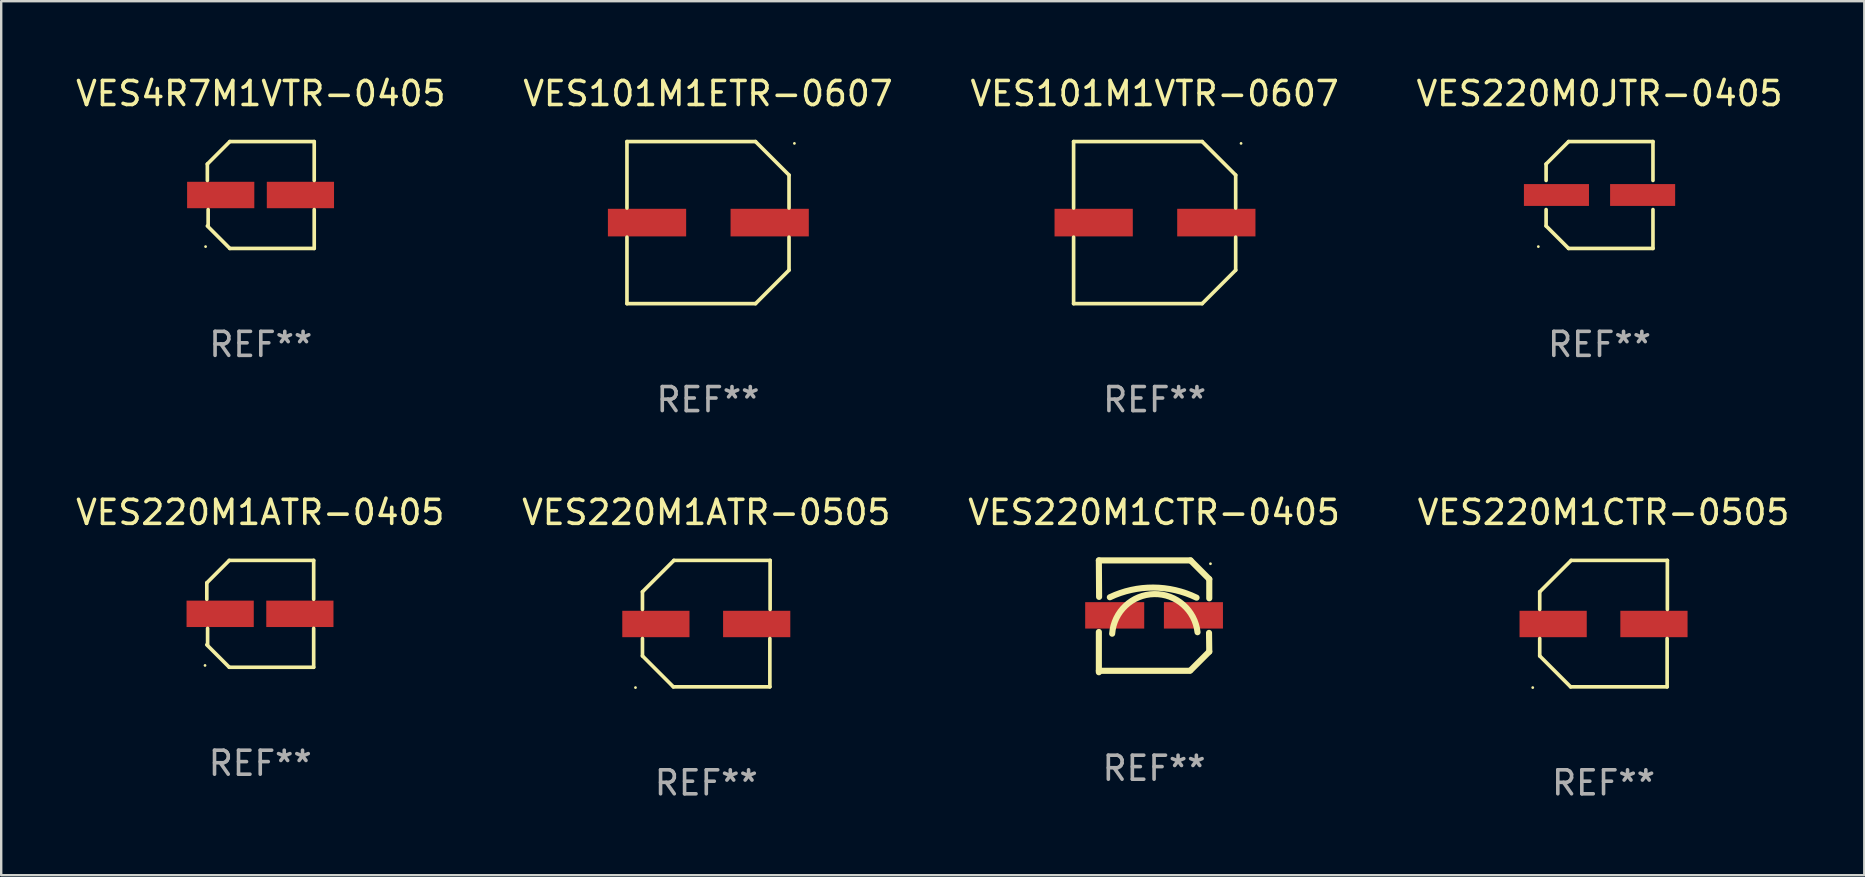
<source format=kicad_pcb>
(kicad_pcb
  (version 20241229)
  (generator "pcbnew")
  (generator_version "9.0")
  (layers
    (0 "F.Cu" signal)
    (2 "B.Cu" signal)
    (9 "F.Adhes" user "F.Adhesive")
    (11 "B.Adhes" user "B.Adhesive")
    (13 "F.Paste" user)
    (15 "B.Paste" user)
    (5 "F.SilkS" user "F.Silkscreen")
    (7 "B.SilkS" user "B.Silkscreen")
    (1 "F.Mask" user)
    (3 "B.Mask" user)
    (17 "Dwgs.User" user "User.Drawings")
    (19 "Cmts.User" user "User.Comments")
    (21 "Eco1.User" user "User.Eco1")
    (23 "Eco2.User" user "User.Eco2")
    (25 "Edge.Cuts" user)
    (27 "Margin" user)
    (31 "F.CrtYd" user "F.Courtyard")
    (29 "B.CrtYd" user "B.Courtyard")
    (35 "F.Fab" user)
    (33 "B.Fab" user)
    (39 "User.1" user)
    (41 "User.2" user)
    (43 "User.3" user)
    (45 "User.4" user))
  (footprint "VES101M1VTR-0607"
    (layer "F.Cu")
    (at 45.054 6.224)
    (property "Reference" "VES101M1VTR-0607" (at 0 -5.376 0) (layer "F.SilkS") (effects (font (size 1 1) (thickness 0.15))))
    (attr through_hole)
    (fp_line (start -3.376 -3.376) (end 1.98 -3.376) (stroke (width 0.152) (type solid)) (layer "F.SilkS"))
    (fp_line (start -3.376 -0.607) (end -3.376 -3.376) (stroke (width 0.152) (type solid)) (layer "F.SilkS"))
    (fp_line (start -3.376 0.607) (end -3.376 3.376) (stroke (width 0.152) (type solid)) (layer "F.SilkS"))
    (fp_line (start -3.376 3.376) (end 1.98 3.376) (stroke (width 0.152) (type solid)) (layer "F.SilkS"))
    (fp_line (start 1.98 -3.376) (end 3.376 -1.98) (stroke (width 0.152) (type solid)) (layer "F.SilkS"))
    (fp_line (start 1.98 3.376) (end 3.376 1.98) (stroke (width 0.152) (type solid)) (layer "F.SilkS"))
    (fp_line (start 3.376 -1.98) (end 3.376 -0.607) (stroke (width 0.152) (type solid)) (layer "F.SilkS"))
    (fp_line (start 3.376 1.98) (end 3.376 0.607) (stroke (width 0.152) (type solid)) (layer "F.SilkS"))
    (fp_circle (center 3.6 -3.3) (end 3.63 -3.3) (stroke (width 0.06) (type solid)) (fill no) (layer "F.SilkS"))
    (fp_text user "REF**" (at 0 7.376 0) (layer "F.Fab") (effects (font (size 1 1) (thickness 0.15))))
    (pad "1" smd rect (at 2.57 0 180) (size 3.26 1.15) (layers "F.Cu" "F.Mask" "F.Paste"))
    (pad "2" smd rect (at -2.54 0 180) (size 3.26 1.15) (layers "F.Cu" "F.Mask" "F.Paste")))
  (footprint "VES220M1CTR-0505"
    (layer "F.Cu")
    (at 63.756 22.931)
    (property "Reference" "VES220M1CTR-0505" (at 0 -4.634 0) (layer "F.SilkS") (effects (font (size 1 1) (thickness 0.15))))
    (attr through_hole)
    (fp_line (start -2.659 -1.326) (end -2.659 -0.592) (stroke (width 0.152) (type solid)) (layer "F.SilkS"))
    (fp_line (start -2.659 1.346) (end -2.659 0.622) (stroke (width 0.152) (type solid)) (layer "F.SilkS"))
    (fp_line (start -1.372 2.634) (end -2.659 1.346) (stroke (width 0.152) (type solid)) (layer "F.SilkS"))
    (fp_line (start -1.349 -2.634) (end -2.659 -1.326) (stroke (width 0.152) (type solid)) (layer "F.SilkS"))
    (fp_line (start 2.649 0.622) (end 2.649 2.634) (stroke (width 0.152) (type solid)) (layer "F.SilkS"))
    (fp_line (start 2.649 2.634) (end -1.372 2.634) (stroke (width 0.152) (type solid)) (layer "F.SilkS"))
    (fp_line (start 2.659 -2.634) (end -1.349 -2.634) (stroke (width 0.152) (type solid)) (layer "F.SilkS"))
    (fp_line (start 2.659 -0.592) (end 2.659 -2.634) (stroke (width 0.152) (type solid)) (layer "F.SilkS"))
    (fp_circle (center -2.95 2.665) (end -2.92 2.665) (stroke (width 0.06) (type solid)) (fill no) (layer "F.SilkS"))
    (fp_text user "REF**" (at 0 6.634 0) (layer "F.Fab") (effects (font (size 1 1) (thickness 0.15))))
    (pad "1" smd rect (at -2.1 0.015) (size 2.8 1.1) (layers "F.Cu" "F.Mask" "F.Paste"))
    (pad "2" smd rect (at 2.1 0.015) (size 2.8 1.1) (layers "F.Cu" "F.Mask" "F.Paste")))
  (footprint "VES101M1ETR-0607"
    (layer "F.Cu")
    (at 26.446 6.224)
    (property "Reference" "VES101M1ETR-0607" (at 0 -5.376 0) (layer "F.SilkS") (effects (font (size 1 1) (thickness 0.15))))
    (attr through_hole)
    (fp_line (start -3.376 -3.376) (end 1.98 -3.376) (stroke (width 0.152) (type solid)) (layer "F.SilkS"))
    (fp_line (start -3.376 -0.607) (end -3.376 -3.376) (stroke (width 0.152) (type solid)) (layer "F.SilkS"))
    (fp_line (start -3.376 0.607) (end -3.376 3.376) (stroke (width 0.152) (type solid)) (layer "F.SilkS"))
    (fp_line (start -3.376 3.376) (end 1.98 3.376) (stroke (width 0.152) (type solid)) (layer "F.SilkS"))
    (fp_line (start 1.98 -3.376) (end 3.376 -1.98) (stroke (width 0.152) (type solid)) (layer "F.SilkS"))
    (fp_line (start 1.98 3.376) (end 3.376 1.98) (stroke (width 0.152) (type solid)) (layer "F.SilkS"))
    (fp_line (start 3.376 -1.98) (end 3.376 -0.607) (stroke (width 0.152) (type solid)) (layer "F.SilkS"))
    (fp_line (start 3.376 1.98) (end 3.376 0.607) (stroke (width 0.152) (type solid)) (layer "F.SilkS"))
    (fp_circle (center 3.6 -3.3) (end 3.63 -3.3) (stroke (width 0.06) (type solid)) (fill no) (layer "F.SilkS"))
    (fp_text user "REF**" (at 0 7.376 0) (layer "F.Fab") (effects (font (size 1 1) (thickness 0.15))))
    (pad "1" smd rect (at 2.57 0 180) (size 3.26 1.15) (layers "F.Cu" "F.Mask" "F.Paste"))
    (pad "2" smd rect (at -2.54 0 180) (size 3.26 1.15) (layers "F.Cu" "F.Mask" "F.Paste")))
  (footprint "VES220M1CTR-0405"
    (layer "F.Cu")
    (at 45.03 22.627)
    (property "Reference" "VES220M1CTR-0405" (at 0 -4.33 0) (layer "F.SilkS") (effects (font (size 1 1) (thickness 0.15))))
    (attr through_hole)
    (fp_line (start -2.3 -2.33) (end 1.52 -2.33) (stroke (width 0.254) (type solid)) (layer "F.SilkS"))
    (fp_line (start -2.3 2.27) (end 1.49 2.27) (stroke (width 0.254) (type solid)) (layer "F.SilkS"))
    (fp_line (start -2.3 2.33) (end -2.3 0.651) (stroke (width 0.254) (type solid)) (layer "F.SilkS"))
    (fp_line (start -2.29 -0.81) (end -2.3 -2.33) (stroke (width 0.254) (type solid)) (layer "F.SilkS"))
    (fp_line (start 2.3 -1.55) (end 1.52 -2.33) (stroke (width 0.254) (type solid)) (layer "F.SilkS"))
    (fp_line (start 2.3 1.47) (end 1.52 2.25) (stroke (width 0.254) (type solid)) (layer "F.SilkS"))
    (fp_line (start 2.3 1.47) (end 2.29 0.69) (stroke (width 0.254) (type solid)) (layer "F.SilkS"))
    (fp_line (start 2.3 -0.75) (end 2.3 -1.55) (stroke (width 0.254) (type solid)) (layer "F.SilkS"))
    (fp_arc (start -1.842151 -0.794552) (mid -0.033717 -1.197402) (end 1.770752 -0.777152) (stroke (width 0.254001) (type solid)) (layer "F.SilkS"))
    (fp_arc (start -1.745757 0.723659) (mid 0.004392 -0.926664) (end 1.810884 0.661786) (stroke (width 0.254001) (type solid)) (layer "F.SilkS"))
    (fp_circle (center 2.35 -2.191) (end 2.38 -2.191) (stroke (width 0.06) (type solid)) (fill no) (layer "F.SilkS"))
    (fp_text user "REF**" (at 0 6.33 0) (layer "F.Fab") (effects (font (size 1 1) (thickness 0.15))))
    (pad "1" smd rect (at 1.64 -0.04) (size 2.46 1.1) (layers "F.Cu" "F.Mask" "F.Paste"))
    (pad "2" smd rect (at -1.64 -0.04) (size 2.46 1.1) (layers "F.Cu" "F.Mask" "F.Paste")))
  (footprint "VES220M0JTR-0405"
    (layer "F.Cu")
    (at 63.589 5.074)
    (property "Reference" "VES220M0JTR-0405" (at 0 -4.226 0) (layer "F.SilkS") (effects (font (size 1 1) (thickness 0.15))))
    (attr through_hole)
    (fp_line (start -2.226 -1.29) (end -1.29 -2.226) (stroke (width 0.152) (type solid)) (layer "F.SilkS"))
    (fp_line (start -2.226 -0.607) (end -2.226 -1.29) (stroke (width 0.152) (type solid)) (layer "F.SilkS"))
    (fp_line (start -2.226 0.607) (end -2.226 1.29) (stroke (width 0.152) (type solid)) (layer "F.SilkS"))
    (fp_line (start -2.226 1.29) (end -1.29 2.226) (stroke (width 0.152) (type solid)) (layer "F.SilkS"))
    (fp_line (start -1.29 -2.226) (end 2.226 -2.226) (stroke (width 0.152) (type solid)) (layer "F.SilkS"))
    (fp_line (start -1.29 2.226) (end 2.226 2.226) (stroke (width 0.152) (type solid)) (layer "F.SilkS"))
    (fp_line (start 2.226 -2.226) (end 2.226 -0.607) (stroke (width 0.152) (type solid)) (layer "F.SilkS"))
    (fp_line (start 2.226 2.226) (end 2.226 0.607) (stroke (width 0.152) (type solid)) (layer "F.SilkS"))
    (fp_circle (center -2.55 2.15) (end -2.52 2.15) (stroke (width 0.06) (type solid)) (fill no) (layer "F.SilkS"))
    (fp_text user "REF**" (at 0 6.226 0) (layer "F.Fab") (effects (font (size 1 1) (thickness 0.15))))
    (pad "1" smd rect (at -1.795 -0.000013) (size 2.71 0.91) (layers "F.Cu" "F.Mask" "F.Paste"))
    (pad "2" smd rect (at 1.795 -0.000013) (size 2.71 0.91) (layers "F.Cu" "F.Mask" "F.Paste")))
  (footprint "VES220M1ATR-0405"
    (layer "F.Cu")
    (at 7.792 22.523)
    (property "Reference" "VES220M1ATR-0405" (at 0 -4.226 0) (layer "F.SilkS") (effects (font (size 1 1) (thickness 0.15))))
    (attr through_hole)
    (fp_line (start -2.226 -1.29) (end -2.226 -0.607) (stroke (width 0.152) (type solid)) (layer "F.SilkS"))
    (fp_line (start -2.193 1.29) (end -2.193 0.607) (stroke (width 0.152) (type solid)) (layer "F.SilkS"))
    (fp_line (start -1.29 2.226) (end -2.226 1.29) (stroke (width 0.152) (type solid)) (layer "F.SilkS"))
    (fp_line (start -1.29 -2.226) (end -2.226 -1.29) (stroke (width 0.152) (type solid)) (layer "F.SilkS"))
    (fp_line (start 2.226 -2.226) (end -1.29 -2.226) (stroke (width 0.152) (type solid)) (layer "F.SilkS"))
    (fp_line (start 2.226 -0.607) (end 2.226 -2.226) (stroke (width 0.152) (type solid)) (layer "F.SilkS"))
    (fp_line (start 2.226 0.607) (end 2.226 2.226) (stroke (width 0.152) (type solid)) (layer "F.SilkS"))
    (fp_line (start 2.226 2.226) (end -1.29 2.226) (stroke (width 0.152) (type solid)) (layer "F.SilkS"))
    (fp_circle (center -2.3 2.15) (end -2.27 2.15) (stroke (width 0.06) (type solid)) (fill no) (layer "F.SilkS"))
    (fp_text user "REF**" (at 0 6.226 0) (layer "F.Fab") (effects (font (size 1 1) (thickness 0.15))))
    (pad "1" smd rect (at -1.67 -0.000025) (size 2.8 1.1) (layers "F.Cu" "F.Mask" "F.Paste"))
    (pad "2" smd rect (at 1.651 -0.000025) (size 2.8 1.1) (layers "F.Cu" "F.Mask" "F.Paste")))
  (footprint "VES4R7M1VTR-0405"
    (layer "F.Cu")
    (at 7.815 5.074)
    (property "Reference" "VES4R7M1VTR-0405" (at 0 -4.226 0) (layer "F.SilkS") (effects (font (size 1 1) (thickness 0.15))))
    (attr through_hole)
    (fp_line (start -2.226 -1.29) (end -2.226 -0.607) (stroke (width 0.152) (type solid)) (layer "F.SilkS"))
    (fp_line (start -2.193 1.29) (end -2.193 0.607) (stroke (width 0.152) (type solid)) (layer "F.SilkS"))
    (fp_line (start -1.29 2.226) (end -2.226 1.29) (stroke (width 0.152) (type solid)) (layer "F.SilkS"))
    (fp_line (start -1.29 -2.226) (end -2.226 -1.29) (stroke (width 0.152) (type solid)) (layer "F.SilkS"))
    (fp_line (start 2.226 -2.226) (end -1.29 -2.226) (stroke (width 0.152) (type solid)) (layer "F.SilkS"))
    (fp_line (start 2.226 -0.607) (end 2.226 -2.226) (stroke (width 0.152) (type solid)) (layer "F.SilkS"))
    (fp_line (start 2.226 0.607) (end 2.226 2.226) (stroke (width 0.152) (type solid)) (layer "F.SilkS"))
    (fp_line (start 2.226 2.226) (end -1.29 2.226) (stroke (width 0.152) (type solid)) (layer "F.SilkS"))
    (fp_circle (center -2.3 2.15) (end -2.27 2.15) (stroke (width 0.06) (type solid)) (fill no) (layer "F.SilkS"))
    (fp_text user "REF**" (at 0 6.226 0) (layer "F.Fab") (effects (font (size 1 1) (thickness 0.15))))
    (pad "1" smd rect (at -1.67 -0.000025) (size 2.8 1.1) (layers "F.Cu" "F.Mask" "F.Paste"))
    (pad "2" smd rect (at 1.651 -0.000025) (size 2.8 1.1) (layers "F.Cu" "F.Mask" "F.Paste")))
  (footprint "VES220M1ATR-0505"
    (layer "F.Cu")
    (at 26.375 22.931)
    (property "Reference" "VES220M1ATR-0505" (at 0 -4.634 0) (layer "F.SilkS") (effects (font (size 1 1) (thickness 0.15))))
    (attr through_hole)
    (fp_line (start -2.659 -1.326) (end -2.659 -0.592) (stroke (width 0.152) (type solid)) (layer "F.SilkS"))
    (fp_line (start -2.659 1.346) (end -2.659 0.622) (stroke (width 0.152) (type solid)) (layer "F.SilkS"))
    (fp_line (start -1.372 2.634) (end -2.659 1.346) (stroke (width 0.152) (type solid)) (layer "F.SilkS"))
    (fp_line (start -1.349 -2.634) (end -2.659 -1.326) (stroke (width 0.152) (type solid)) (layer "F.SilkS"))
    (fp_line (start 2.649 0.622) (end 2.649 2.634) (stroke (width 0.152) (type solid)) (layer "F.SilkS"))
    (fp_line (start 2.649 2.634) (end -1.372 2.634) (stroke (width 0.152) (type solid)) (layer "F.SilkS"))
    (fp_line (start 2.659 -2.634) (end -1.349 -2.634) (stroke (width 0.152) (type solid)) (layer "F.SilkS"))
    (fp_line (start 2.659 -0.592) (end 2.659 -2.634) (stroke (width 0.152) (type solid)) (layer "F.SilkS"))
    (fp_circle (center -2.95 2.665) (end -2.92 2.665) (stroke (width 0.06) (type solid)) (fill no) (layer "F.SilkS"))
    (fp_text user "REF**" (at 0 6.634 0) (layer "F.Fab") (effects (font (size 1 1) (thickness 0.15))))
    (pad "1" smd rect (at -2.1 0.015) (size 2.8 1.1) (layers "F.Cu" "F.Mask" "F.Paste"))
    (pad "2" smd rect (at 2.1 0.015) (size 2.8 1.1) (layers "F.Cu" "F.Mask" "F.Paste")))
  (gr_rect
    (start -3 -3)
    (end 74.619 33.413)
    (stroke (width 0.1) (type default))
    (fill no)
    (layer "Edge.Cuts")))
</source>
